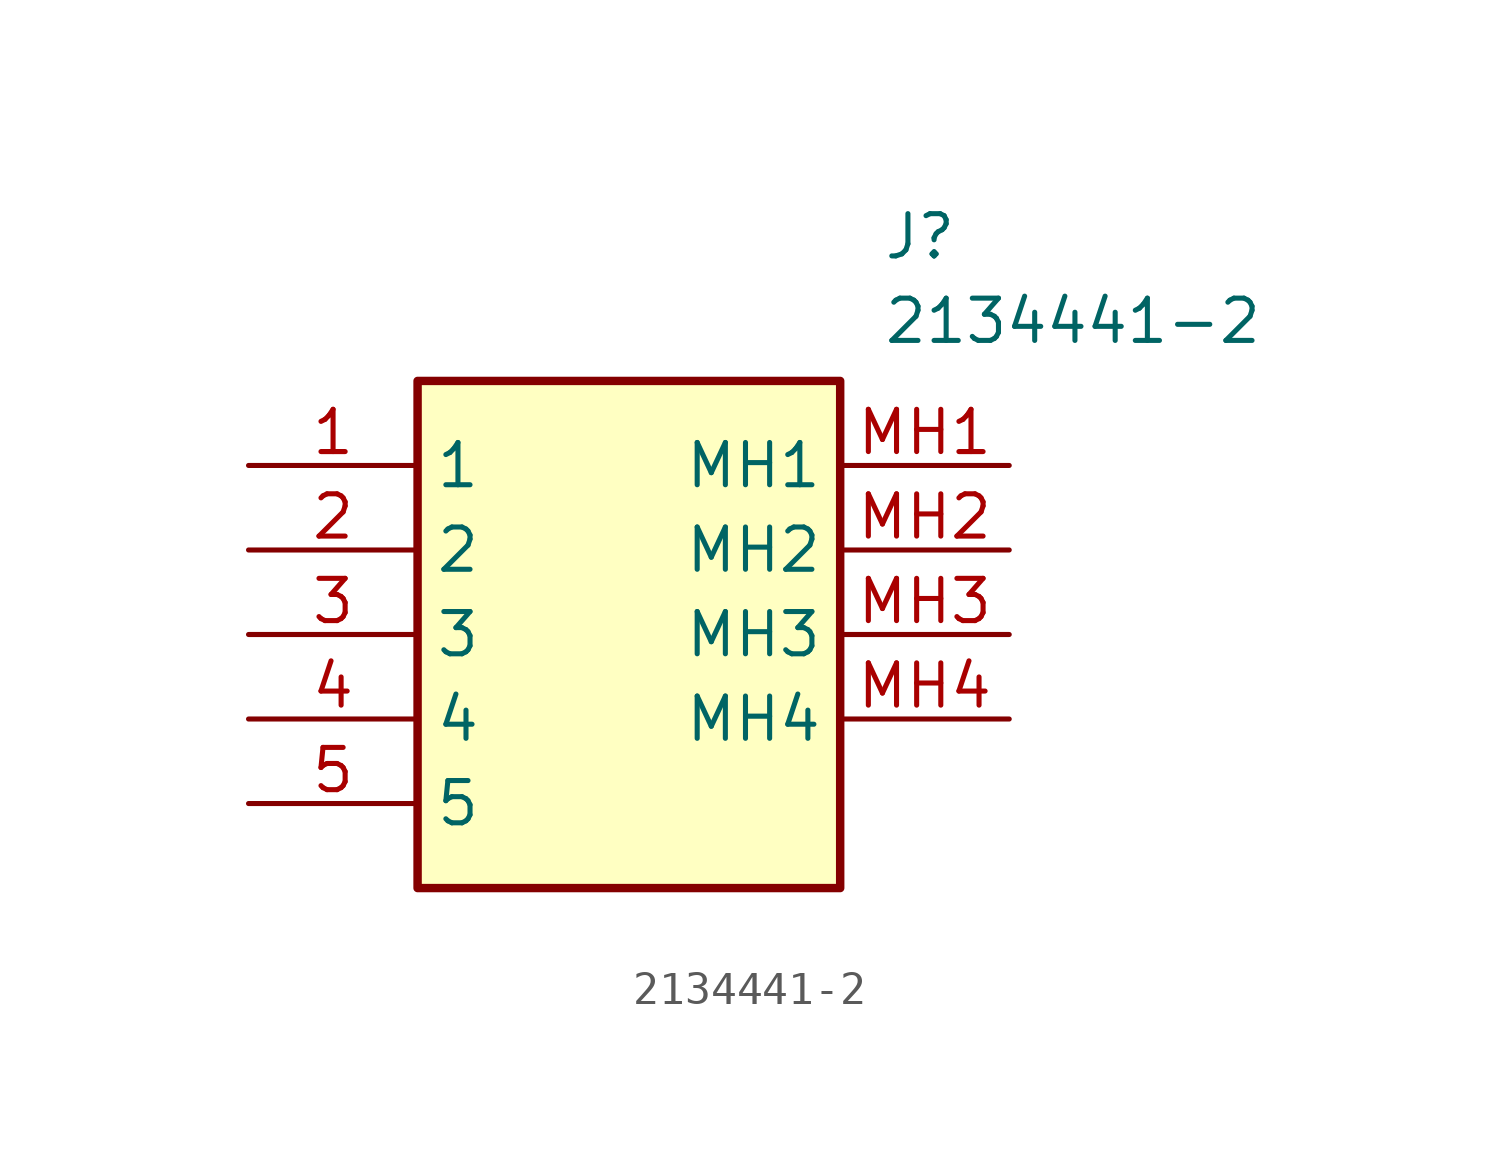
<source format=kicad_sym>
(kicad_symbol_lib
  (version 20211014)
  (generator SamacSys_ECAD_Model)
  (symbol "2134441-2"
    (property "Reference" "J"
      (at 19.05 7.62 0)
      (effects (font (size 1.27 1.27)) (justify left top)))
    (property "Value" "2134441-2"
      (at 19.05 5.08 0)
      (effects (font (size 1.27 1.27)) (justify left top)))
    (rectangle
      (start 5.08 2.54)
      (end 17.78 -12.7)
      (stroke (width 0.254) (type default))
      (fill (type background)))
    (pin passive line
      (at 0 0 0)
      (length 5.08)
      (name "1" (effects (font (size 1.27 1.27))))
      (number "1" (effects (font (size 1.27 1.27)))))
    (pin passive line
      (at 0 -2.54 0)
      (length 5.08)
      (name "2" (effects (font (size 1.27 1.27))))
      (number "2" (effects (font (size 1.27 1.27)))))
    (pin passive line
      (at 0 -5.08 0)
      (length 5.08)
      (name "3" (effects (font (size 1.27 1.27))))
      (number "3" (effects (font (size 1.27 1.27)))))
    (pin passive line
      (at 0 -7.62 0)
      (length 5.08)
      (name "4" (effects (font (size 1.27 1.27))))
      (number "4" (effects (font (size 1.27 1.27)))))
    (pin passive line
      (at 0 -10.16 0)
      (length 5.08)
      (name "5" (effects (font (size 1.27 1.27))))
      (number "5" (effects (font (size 1.27 1.27)))))
    (pin passive line
      (at 22.86 0 180)
      (length 5.08)
      (name "MH1" (effects (font (size 1.27 1.27))))
      (number "MH1" (effects (font (size 1.27 1.27)))))
    (pin passive line
      (at 22.86 -2.54 180)
      (length 5.08)
      (name "MH2" (effects (font (size 1.27 1.27))))
      (number "MH2" (effects (font (size 1.27 1.27)))))
    (pin passive line
      (at 22.86 -5.08 180)
      (length 5.08)
      (name "MH3" (effects (font (size 1.27 1.27))))
      (number "MH3" (effects (font (size 1.27 1.27)))))
    (pin passive line
      (at 22.86 -7.62 180)
      (length 5.08)
      (name "MH4" (effects (font (size 1.27 1.27))))
      (number "MH4" (effects (font (size 1.27 1.27)))))))
</source>
